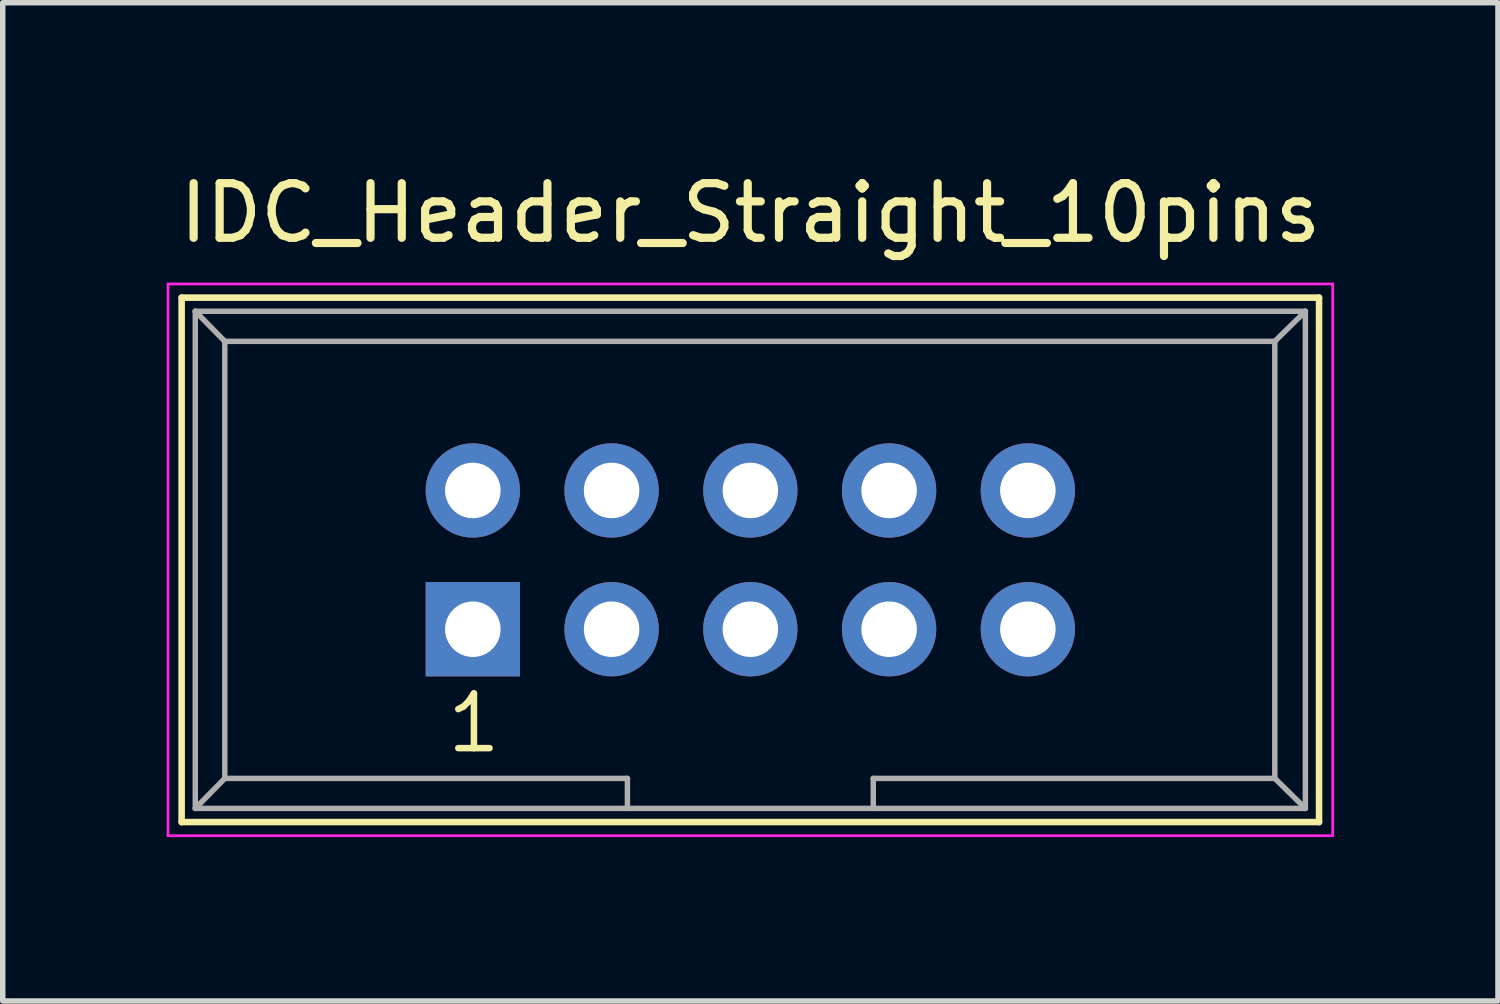
<source format=kicad_pcb>
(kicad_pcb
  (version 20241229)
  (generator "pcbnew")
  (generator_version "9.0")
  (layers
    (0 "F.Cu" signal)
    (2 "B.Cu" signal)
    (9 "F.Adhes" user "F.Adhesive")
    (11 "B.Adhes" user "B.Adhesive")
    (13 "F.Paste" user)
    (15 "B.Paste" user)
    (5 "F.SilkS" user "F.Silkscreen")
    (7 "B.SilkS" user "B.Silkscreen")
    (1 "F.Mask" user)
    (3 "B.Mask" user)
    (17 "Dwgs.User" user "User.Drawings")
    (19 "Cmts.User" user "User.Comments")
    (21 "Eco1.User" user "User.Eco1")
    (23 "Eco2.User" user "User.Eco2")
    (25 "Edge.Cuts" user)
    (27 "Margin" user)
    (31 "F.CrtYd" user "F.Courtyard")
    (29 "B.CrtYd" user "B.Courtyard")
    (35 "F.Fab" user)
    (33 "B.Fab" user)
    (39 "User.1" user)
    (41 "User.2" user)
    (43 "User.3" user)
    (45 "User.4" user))
  (footprint "IDC_Header_Straight_10pins"
    (layer "F.Cu")
    (at 5.605 8.468)
    (property "Reference" "IDC_Header_Straight_10pins" (at 5.08 -7.62 0) (layer "F.SilkS") (effects (font (size 1 1) (thickness 0.15))))
    (attr through_hole)
    (fp_line (start -5.33 -6.07) (end 15.49 -6.07) (stroke (width 0.12) (type solid)) (layer "F.SilkS"))
    (fp_line (start -5.33 3.53) (end -5.33 -6.07) (stroke (width 0.12) (type solid)) (layer "F.SilkS"))
    (fp_line (start 15.49 -6.07) (end 15.49 3.53) (stroke (width 0.12) (type solid)) (layer "F.SilkS"))
    (fp_line (start 15.49 3.53) (end -5.33 3.53) (stroke (width 0.12) (type solid)) (layer "F.SilkS"))
    (fp_line (start -5.58 -6.32) (end 15.74 -6.32) (stroke (width 0.05) (type solid)) (layer "F.CrtYd"))
    (fp_line (start -5.58 3.78) (end -5.58 -6.32) (stroke (width 0.05) (type solid)) (layer "F.CrtYd"))
    (fp_line (start 15.74 -6.32) (end 15.74 3.78) (stroke (width 0.05) (type solid)) (layer "F.CrtYd"))
    (fp_line (start 15.74 3.78) (end -5.58 3.78) (stroke (width 0.05) (type solid)) (layer "F.CrtYd"))
    (fp_line (start -5.08 -5.82) (end -5.08 3.28) (stroke (width 0.1) (type solid)) (layer "F.Fab"))
    (fp_line (start -5.08 -5.82) (end -4.54 -5.27) (stroke (width 0.1) (type solid)) (layer "F.Fab"))
    (fp_line (start -5.08 -5.82) (end 15.24 -5.82) (stroke (width 0.1) (type solid)) (layer "F.Fab"))
    (fp_line (start -5.08 3.28) (end -4.54 2.73) (stroke (width 0.1) (type solid)) (layer "F.Fab"))
    (fp_line (start -5.08 3.28) (end 15.24 3.28) (stroke (width 0.1) (type solid)) (layer "F.Fab"))
    (fp_line (start -4.54 -5.27) (end -4.54 2.73) (stroke (width 0.1) (type solid)) (layer "F.Fab"))
    (fp_line (start -4.54 -5.27) (end 14.68 -5.27) (stroke (width 0.1) (type solid)) (layer "F.Fab"))
    (fp_line (start -4.54 2.73) (end 2.83 2.73) (stroke (width 0.1) (type solid)) (layer "F.Fab"))
    (fp_line (start 2.83 2.73) (end 2.83 3.28) (stroke (width 0.1) (type solid)) (layer "F.Fab"))
    (fp_line (start 7.33 2.73) (end 7.33 3.28) (stroke (width 0.1) (type solid)) (layer "F.Fab"))
    (fp_line (start 7.33 2.73) (end 14.68 2.73) (stroke (width 0.1) (type solid)) (layer "F.Fab"))
    (fp_line (start 14.68 -5.27) (end 14.68 2.73) (stroke (width 0.1) (type solid)) (layer "F.Fab"))
    (fp_line (start 15.24 -5.82) (end 14.68 -5.27) (stroke (width 0.1) (type solid)) (layer "F.Fab"))
    (fp_line (start 15.24 -5.82) (end 15.24 3.28) (stroke (width 0.1) (type solid)) (layer "F.Fab"))
    (fp_line (start 15.24 3.28) (end 14.68 2.73) (stroke (width 0.1) (type solid)) (layer "F.Fab"))
    (fp_text user "1" (at 0.02 1.72 0) (layer "F.SilkS") (effects (font (size 1 1) (thickness 0.12))))
    (pad "1" thru_hole rect (at 0 0) (size 1.727 1.727) (drill 1.016) (layers "*.Cu" "*.Mask"))
    (pad "2" thru_hole oval (at 0 -2.54) (size 1.727 1.727) (drill 1.016) (layers "*.Cu" "*.Mask"))
    (pad "3" thru_hole oval (at 2.54 0) (size 1.727 1.727) (drill 1.016) (layers "*.Cu" "*.Mask"))
    (pad "4" thru_hole oval (at 2.54 -2.54) (size 1.727 1.727) (drill 1.016) (layers "*.Cu" "*.Mask"))
    (pad "5" thru_hole oval (at 5.08 0) (size 1.727 1.727) (drill 1.016) (layers "*.Cu" "*.Mask"))
    (pad "6" thru_hole oval (at 5.08 -2.54) (size 1.727 1.727) (drill 1.016) (layers "*.Cu" "*.Mask"))
    (pad "7" thru_hole oval (at 7.62 0) (size 1.727 1.727) (drill 1.016) (layers "*.Cu" "*.Mask"))
    (pad "8" thru_hole oval (at 7.62 -2.54) (size 1.727 1.727) (drill 1.016) (layers "*.Cu" "*.Mask"))
    (pad "9" thru_hole oval (at 10.16 0) (size 1.727 1.727) (drill 1.016) (layers "*.Cu" "*.Mask"))
    (pad "10" thru_hole oval (at 10.16 -2.54) (size 1.727 1.727) (drill 1.016) (layers "*.Cu" "*.Mask")))
  (gr_rect
    (start -3 -3)
    (end 24.37 15.273)
    (stroke (width 0.1) (type default))
    (fill no)
    (layer "Edge.Cuts")))
</source>
